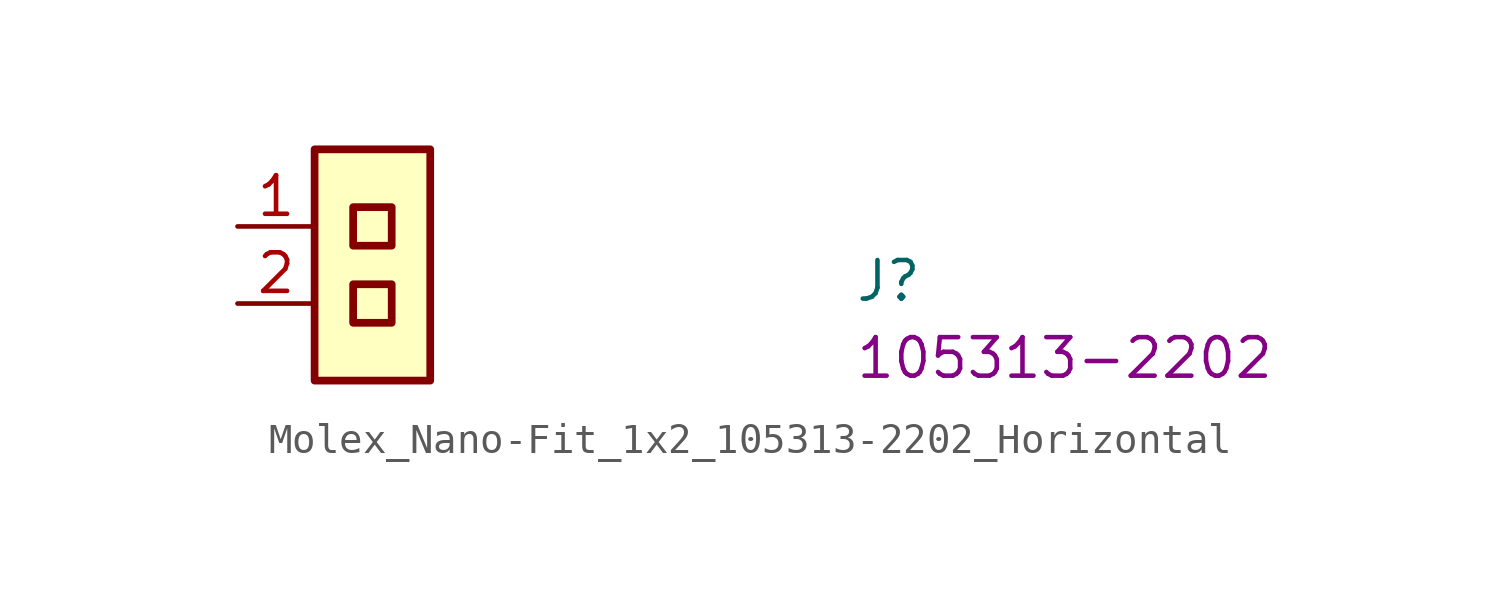
<source format=kicad_sym>
(kicad_symbol_lib
  (version 20220914)
  (generator kicad_symbol_editor)
  (symbol "Molex_Nano-Fit_1x2_105313-2202_Horizontal"
    (property "Reference" "J"
      (at 20.32 -2.54 0)
      (effects (font (size 1.27 1.27) (thickness 0.15)) (justify left bottom)))
    (property "MPN" "105313-2202"
      (at 20.32 -5.08 0)
      (effects (font (size 1.27 1.27) (thickness 0.15)) (justify left bottom)))
    (symbol "Molex_Nano-Fit_1x2_105313-2202_Horizontal_1_1"
      (rectangle (start 2.54 2.54) (end 6.35 -5.08) (stroke (width 0.254) (type default)) (fill (type background)))
      (rectangle (start 3.81 -3.175) (end 5.08 -1.905) (stroke (width 0.254) (type default)) (fill (type background)))
      (rectangle (start 3.81 -0.635) (end 5.08 0.635) (stroke (width 0.254) (type default)) (fill (type background)))
      (pin input line (at 0 0 0) (length 2.54) (name "~" (effects (font (size 1.27 1.27)))) (number "1" (effects (font (size 1.27 1.27)))))
      (pin input line (at 0 -2.54 0) (length 2.54) (name "~" (effects (font (size 1.27 1.27)))) (number "2" (effects (font (size 1.27 1.27))))))))
</source>
